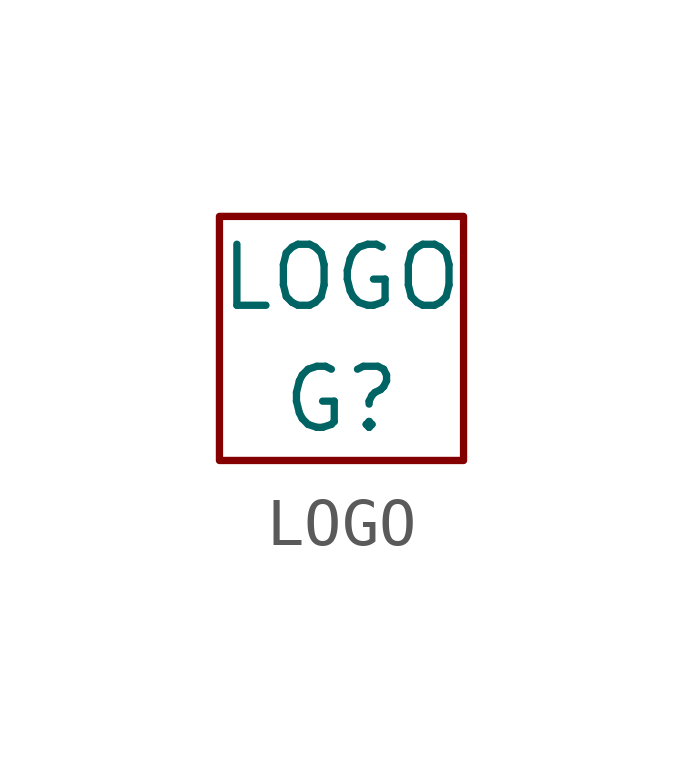
<source format=kicad_sym>
(kicad_symbol_lib
  (version 20211014)
  (generator kicad_symbol_editor)
  (symbol "LOGO"
    (property "Reference" "G"
      (at 0 -1.27 0)
      (effects (font (size 1.27 1.27))))
    (property "Value" "LOGO"
      (at 0 1.27 0)
      (effects (font (size 1.27 1.27))))
    (symbol "LOGO_0_1"
      (rectangle (start -2.54 2.54) (end 2.54 -2.54) (stroke (width 0) (type default) (color 0 0 0 0)) (fill (type none))))))
</source>
